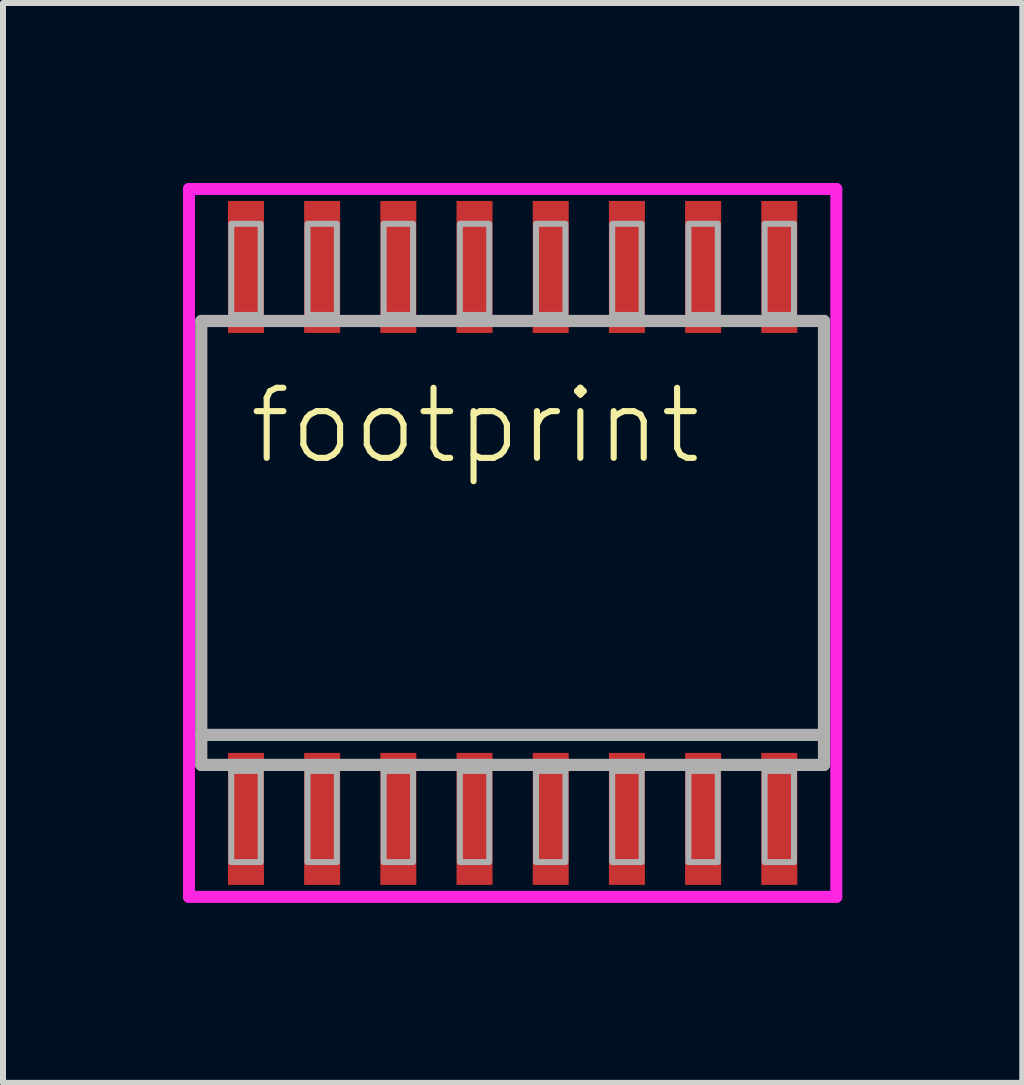
<source format=kicad_pcb>
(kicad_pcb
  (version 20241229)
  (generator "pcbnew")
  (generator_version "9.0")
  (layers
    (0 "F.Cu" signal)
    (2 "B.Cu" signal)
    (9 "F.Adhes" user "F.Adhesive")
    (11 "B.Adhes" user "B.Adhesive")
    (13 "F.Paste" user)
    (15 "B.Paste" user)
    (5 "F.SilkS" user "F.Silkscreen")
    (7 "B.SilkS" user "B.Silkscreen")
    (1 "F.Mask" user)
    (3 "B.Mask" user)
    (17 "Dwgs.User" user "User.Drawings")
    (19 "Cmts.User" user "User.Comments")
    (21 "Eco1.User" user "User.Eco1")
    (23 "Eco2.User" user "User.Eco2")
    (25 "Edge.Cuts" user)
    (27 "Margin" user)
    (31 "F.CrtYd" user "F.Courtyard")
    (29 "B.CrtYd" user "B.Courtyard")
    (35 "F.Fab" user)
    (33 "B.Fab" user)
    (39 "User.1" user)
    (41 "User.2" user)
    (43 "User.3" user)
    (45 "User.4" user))
  (footprint "footprint"
    (layer "F.Cu")
    (at 5.495 6)
    (property "Reference" "footprint" (at -4.445 -1.27 0) (layer "F.SilkS") (effects (font (size 1.168 1.168) (thickness 0.102)) (justify left bottom)))
    (fp_line (start -5.395 -5.9) (end 5.395 -5.9) (stroke (width 0.2) (type solid)) (layer "F.CrtYd"))
    (fp_line (start -5.395 5.9) (end -5.395 -5.9) (stroke (width 0.2) (type solid)) (layer "F.CrtYd"))
    (fp_line (start 5.395 -5.9) (end 5.395 5.9) (stroke (width 0.2) (type solid)) (layer "F.CrtYd"))
    (fp_line (start 5.395 5.9) (end -5.395 5.9) (stroke (width 0.2) (type solid)) (layer "F.CrtYd"))
    (fp_line (start -5.19 -3.7) (end 5.19 -3.7) (stroke (width 0.203) (type solid)) (layer "F.Fab"))
    (fp_line (start -5.19 3.2) (end -5.19 -3.7) (stroke (width 0.203) (type solid)) (layer "F.Fab"))
    (fp_line (start -5.19 3.7) (end -5.19 3.2) (stroke (width 0.203) (type solid)) (layer "F.Fab"))
    (fp_line (start 5.19 -3.7) (end 5.19 3.2) (stroke (width 0.203) (type solid)) (layer "F.Fab"))
    (fp_line (start 5.19 3.2) (end -5.19 3.2) (stroke (width 0.203) (type solid)) (layer "F.Fab"))
    (fp_line (start 5.19 3.2) (end 5.19 3.7) (stroke (width 0.203) (type solid)) (layer "F.Fab"))
    (fp_line (start 5.19 3.7) (end -5.19 3.7) (stroke (width 0.203) (type solid)) (layer "F.Fab"))
    (fp_poly (pts (xy -4.69 -3.8) (xy -4.2 -3.8) (xy -4.2 -5.32) (xy -4.69 -5.32)) (stroke (width 0.1) (type solid)) (fill no) (layer "F.Fab"))
    (fp_poly (pts (xy -4.69 5.32) (xy -4.2 5.32) (xy -4.2 3.8) (xy -4.69 3.8)) (stroke (width 0.1) (type solid)) (fill no) (layer "F.Fab"))
    (fp_poly (pts (xy -3.42 -3.8) (xy -2.93 -3.8) (xy -2.93 -5.32) (xy -3.42 -5.32)) (stroke (width 0.1) (type solid)) (fill no) (layer "F.Fab"))
    (fp_poly (pts (xy -3.42 5.32) (xy -2.93 5.32) (xy -2.93 3.8) (xy -3.42 3.8)) (stroke (width 0.1) (type solid)) (fill no) (layer "F.Fab"))
    (fp_poly (pts (xy -2.15 -3.8) (xy -1.66 -3.8) (xy -1.66 -5.32) (xy -2.15 -5.32)) (stroke (width 0.1) (type solid)) (fill no) (layer "F.Fab"))
    (fp_poly (pts (xy -2.15 5.32) (xy -1.66 5.32) (xy -1.66 3.8) (xy -2.15 3.8)) (stroke (width 0.1) (type solid)) (fill no) (layer "F.Fab"))
    (fp_poly (pts (xy -0.88 -3.8) (xy -0.39 -3.8) (xy -0.39 -5.32) (xy -0.88 -5.32)) (stroke (width 0.1) (type solid)) (fill no) (layer "F.Fab"))
    (fp_poly (pts (xy -0.88 5.32) (xy -0.39 5.32) (xy -0.39 3.8) (xy -0.88 3.8)) (stroke (width 0.1) (type solid)) (fill no) (layer "F.Fab"))
    (fp_poly (pts (xy 0.39 -3.8) (xy 0.88 -3.8) (xy 0.88 -5.32) (xy 0.39 -5.32)) (stroke (width 0.1) (type solid)) (fill no) (layer "F.Fab"))
    (fp_poly (pts (xy 0.39 5.32) (xy 0.88 5.32) (xy 0.88 3.8) (xy 0.39 3.8)) (stroke (width 0.1) (type solid)) (fill no) (layer "F.Fab"))
    (fp_poly (pts (xy 1.66 -3.8) (xy 2.15 -3.8) (xy 2.15 -5.32) (xy 1.66 -5.32)) (stroke (width 0.1) (type solid)) (fill no) (layer "F.Fab"))
    (fp_poly (pts (xy 1.66 5.32) (xy 2.15 5.32) (xy 2.15 3.8) (xy 1.66 3.8)) (stroke (width 0.1) (type solid)) (fill no) (layer "F.Fab"))
    (fp_poly (pts (xy 2.93 -3.8) (xy 3.42 -3.8) (xy 3.42 -5.32) (xy 2.93 -5.32)) (stroke (width 0.1) (type solid)) (fill no) (layer "F.Fab"))
    (fp_poly (pts (xy 2.93 5.32) (xy 3.42 5.32) (xy 3.42 3.8) (xy 2.93 3.8)) (stroke (width 0.1) (type solid)) (fill no) (layer "F.Fab"))
    (fp_poly (pts (xy 4.2 -3.8) (xy 4.69 -3.8) (xy 4.69 -5.32) (xy 4.2 -5.32)) (stroke (width 0.1) (type solid)) (fill no) (layer "F.Fab"))
    (fp_poly (pts (xy 4.2 5.32) (xy 4.69 5.32) (xy 4.69 3.8) (xy 4.2 3.8)) (stroke (width 0.1) (type solid)) (fill no) (layer "F.Fab"))
    (pad "1" smd rect (at -4.445 4.6) (size 0.6 2.2) (layers "F.Cu" "F.Mask" "F.Paste"))
    (pad "2" smd rect (at -3.175 4.6) (size 0.6 2.2) (layers "F.Cu" "F.Mask" "F.Paste"))
    (pad "3" smd rect (at -1.905 4.6) (size 0.6 2.2) (layers "F.Cu" "F.Mask" "F.Paste"))
    (pad "4" smd rect (at -0.635 4.6) (size 0.6 2.2) (layers "F.Cu" "F.Mask" "F.Paste"))
    (pad "5" smd rect (at 0.635 4.6) (size 0.6 2.2) (layers "F.Cu" "F.Mask" "F.Paste"))
    (pad "6" smd rect (at 1.905 4.6) (size 0.6 2.2) (layers "F.Cu" "F.Mask" "F.Paste"))
    (pad "7" smd rect (at 3.175 4.6) (size 0.6 2.2) (layers "F.Cu" "F.Mask" "F.Paste"))
    (pad "8" smd rect (at 4.445 4.6) (size 0.6 2.2) (layers "F.Cu" "F.Mask" "F.Paste"))
    (pad "9" smd rect (at 4.445 -4.6) (size 0.6 2.2) (layers "F.Cu" "F.Mask" "F.Paste"))
    (pad "10" smd rect (at 3.175 -4.6) (size 0.6 2.2) (layers "F.Cu" "F.Mask" "F.Paste"))
    (pad "11" smd rect (at 1.905 -4.6) (size 0.6 2.2) (layers "F.Cu" "F.Mask" "F.Paste"))
    (pad "12" smd rect (at 0.635 -4.6) (size 0.6 2.2) (layers "F.Cu" "F.Mask" "F.Paste"))
    (pad "13" smd rect (at -0.635 -4.6) (size 0.6 2.2) (layers "F.Cu" "F.Mask" "F.Paste"))
    (pad "14" smd rect (at -1.905 -4.6) (size 0.6 2.2) (layers "F.Cu" "F.Mask" "F.Paste"))
    (pad "15" smd rect (at -3.175 -4.6) (size 0.6 2.2) (layers "F.Cu" "F.Mask" "F.Paste"))
    (pad "16" smd rect (at -4.445 -4.6) (size 0.6 2.2) (layers "F.Cu" "F.Mask" "F.Paste")))
  (gr_rect
    (start -3 -3)
    (end 13.99 15)
    (stroke (width 0.1) (type default))
    (fill no)
    (layer "Edge.Cuts")))
</source>
